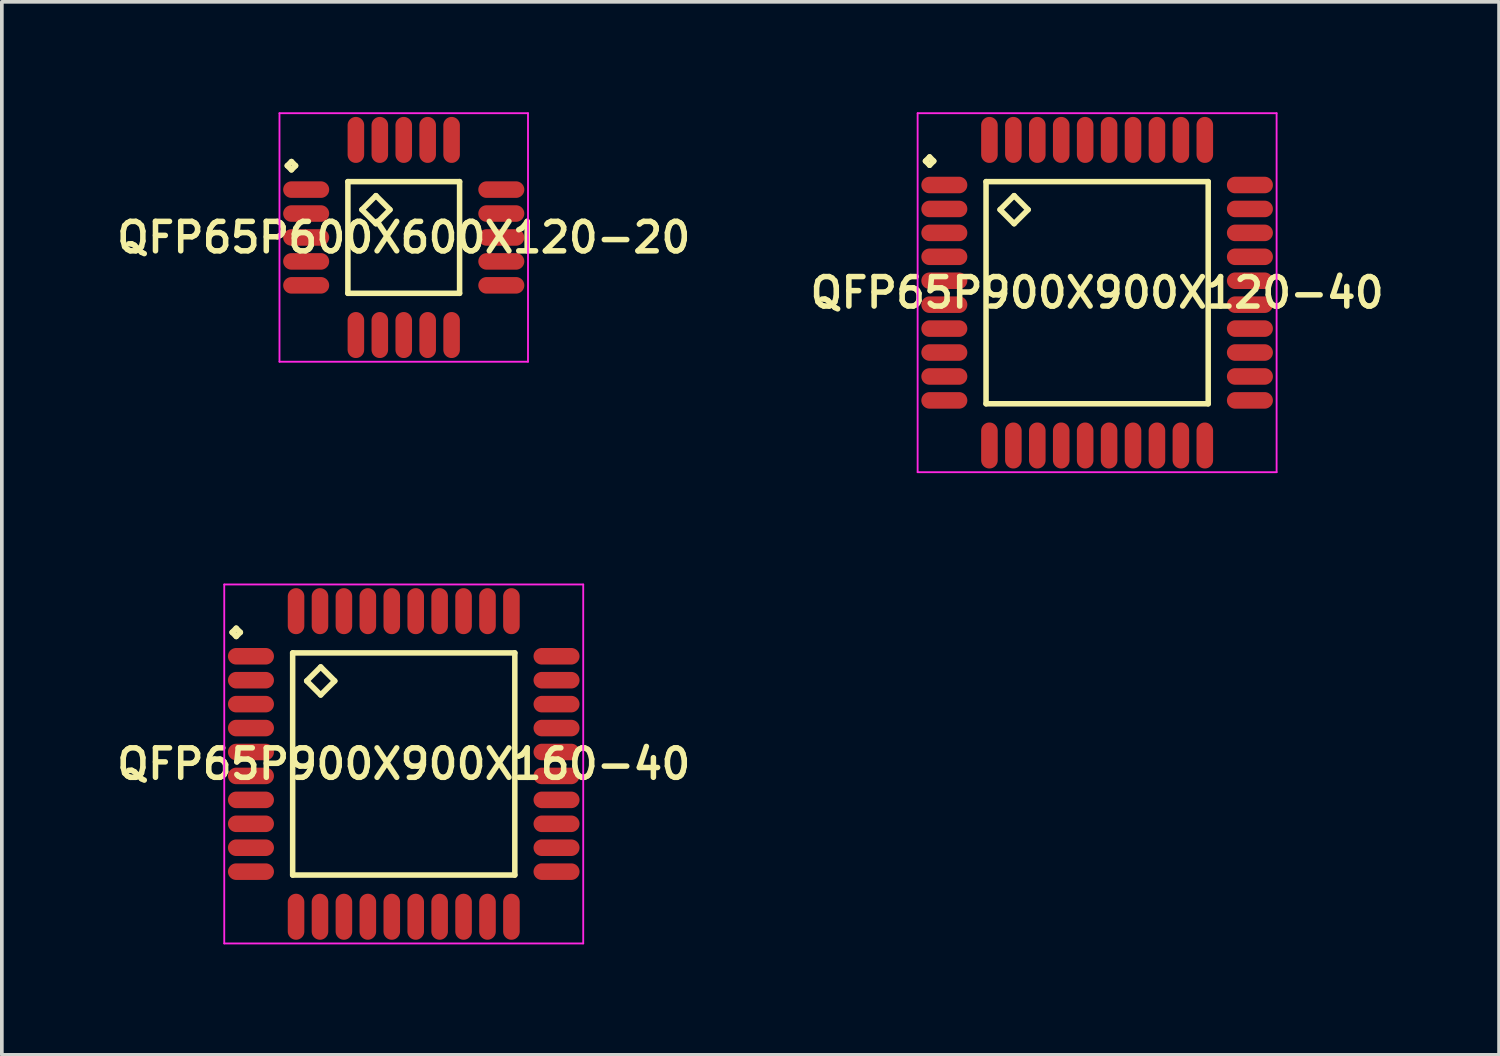
<source format=kicad_pcb>
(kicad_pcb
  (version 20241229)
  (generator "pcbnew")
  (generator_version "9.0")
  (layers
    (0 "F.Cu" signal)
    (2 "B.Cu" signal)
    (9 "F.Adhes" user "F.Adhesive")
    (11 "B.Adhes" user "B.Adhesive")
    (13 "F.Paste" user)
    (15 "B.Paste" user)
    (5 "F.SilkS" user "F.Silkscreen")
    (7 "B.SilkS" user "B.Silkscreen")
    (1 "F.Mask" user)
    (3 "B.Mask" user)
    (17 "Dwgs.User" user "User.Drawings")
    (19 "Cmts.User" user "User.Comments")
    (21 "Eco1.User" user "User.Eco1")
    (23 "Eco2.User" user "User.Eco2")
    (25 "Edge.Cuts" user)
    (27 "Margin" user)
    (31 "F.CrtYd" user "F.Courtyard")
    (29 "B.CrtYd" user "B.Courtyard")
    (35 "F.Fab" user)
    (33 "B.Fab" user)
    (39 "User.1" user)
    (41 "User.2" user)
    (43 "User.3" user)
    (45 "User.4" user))
  (footprint "QFP65P900X900X120-40"
    (layer "F.Cu")
    (at 26.749 4.9)
    (property "Reference" "QFP65P900X900X120-40" (at 0 0 0) (layer "F.SilkS") (effects (font (size 0.8 0.8) (thickness 0.15))))
    (attr smd)
    (fp_line (start -4.662 -3.575) (end -4.55 -3.688) (stroke (width 0.15) (type solid)) (layer "F.SilkS"))
    (fp_line (start -4.55 -3.688) (end -4.438 -3.575) (stroke (width 0.15) (type solid)) (layer "F.SilkS"))
    (fp_line (start -4.55 -3.462) (end -4.662 -3.575) (stroke (width 0.15) (type solid)) (layer "F.SilkS"))
    (fp_line (start -4.438 -3.575) (end -4.55 -3.462) (stroke (width 0.15) (type solid)) (layer "F.SilkS"))
    (fp_line (start -3.017 -3.017) (end -3.017 3.017) (stroke (width 0.15) (type solid)) (layer "F.SilkS"))
    (fp_line (start -3.017 3.017) (end 3.017 3.017) (stroke (width 0.15) (type solid)) (layer "F.SilkS"))
    (fp_line (start -2.636 -2.255) (end -2.255 -2.636) (stroke (width 0.15) (type solid)) (layer "F.SilkS"))
    (fp_line (start -2.255 -2.636) (end -1.874 -2.255) (stroke (width 0.15) (type solid)) (layer "F.SilkS"))
    (fp_line (start -2.255 -1.874) (end -2.636 -2.255) (stroke (width 0.15) (type solid)) (layer "F.SilkS"))
    (fp_line (start -1.874 -2.255) (end -2.255 -1.874) (stroke (width 0.15) (type solid)) (layer "F.SilkS"))
    (fp_line (start 3.017 -3.017) (end -3.017 -3.017) (stroke (width 0.15) (type solid)) (layer "F.SilkS"))
    (fp_line (start 3.017 3.017) (end 3.017 -3.017) (stroke (width 0.15) (type solid)) (layer "F.SilkS"))
    (fp_line (start -4.875 -4.875) (end 4.875 -4.875) (stroke (width 0.05) (type solid)) (layer "F.CrtYd"))
    (fp_line (start -4.875 4.875) (end -4.875 -4.875) (stroke (width 0.05) (type solid)) (layer "F.CrtYd"))
    (fp_line (start 4.875 -4.875) (end 4.875 4.875) (stroke (width 0.05) (type solid)) (layer "F.CrtYd"))
    (fp_line (start 4.875 4.875) (end -4.875 4.875) (stroke (width 0.05) (type solid)) (layer "F.CrtYd"))
    (pad "1" smd oval (at -4.15 -2.925) (size 1.25 0.45) (layers "F.Cu" "F.Mask" "F.Paste"))
    (pad "2" smd oval (at -4.15 -2.275) (size 1.25 0.45) (layers "F.Cu" "F.Mask" "F.Paste"))
    (pad "3" smd oval (at -4.15 -1.625) (size 1.25 0.45) (layers "F.Cu" "F.Mask" "F.Paste"))
    (pad "4" smd oval (at -4.15 -0.975) (size 1.25 0.45) (layers "F.Cu" "F.Mask" "F.Paste"))
    (pad "5" smd oval (at -4.15 -0.325) (size 1.25 0.45) (layers "F.Cu" "F.Mask" "F.Paste"))
    (pad "6" smd oval (at -4.15 0.325) (size 1.25 0.45) (layers "F.Cu" "F.Mask" "F.Paste"))
    (pad "7" smd oval (at -4.15 0.975) (size 1.25 0.45) (layers "F.Cu" "F.Mask" "F.Paste"))
    (pad "8" smd oval (at -4.15 1.625) (size 1.25 0.45) (layers "F.Cu" "F.Mask" "F.Paste"))
    (pad "9" smd oval (at -4.15 2.275) (size 1.25 0.45) (layers "F.Cu" "F.Mask" "F.Paste"))
    (pad "10" smd oval (at -4.15 2.925) (size 1.25 0.45) (layers "F.Cu" "F.Mask" "F.Paste"))
    (pad "11" smd oval (at -2.925 4.15) (size 0.45 1.25) (layers "F.Cu" "F.Mask" "F.Paste"))
    (pad "12" smd oval (at -2.275 4.15) (size 0.45 1.25) (layers "F.Cu" "F.Mask" "F.Paste"))
    (pad "13" smd oval (at -1.625 4.15) (size 0.45 1.25) (layers "F.Cu" "F.Mask" "F.Paste"))
    (pad "14" smd oval (at -0.975 4.15) (size 0.45 1.25) (layers "F.Cu" "F.Mask" "F.Paste"))
    (pad "15" smd oval (at -0.325 4.15) (size 0.45 1.25) (layers "F.Cu" "F.Mask" "F.Paste"))
    (pad "16" smd oval (at 0.325 4.15) (size 0.45 1.25) (layers "F.Cu" "F.Mask" "F.Paste"))
    (pad "17" smd oval (at 0.975 4.15) (size 0.45 1.25) (layers "F.Cu" "F.Mask" "F.Paste"))
    (pad "18" smd oval (at 1.625 4.15) (size 0.45 1.25) (layers "F.Cu" "F.Mask" "F.Paste"))
    (pad "19" smd oval (at 2.275 4.15) (size 0.45 1.25) (layers "F.Cu" "F.Mask" "F.Paste"))
    (pad "20" smd oval (at 2.925 4.15) (size 0.45 1.25) (layers "F.Cu" "F.Mask" "F.Paste"))
    (pad "21" smd oval (at 4.15 2.925) (size 1.25 0.45) (layers "F.Cu" "F.Mask" "F.Paste"))
    (pad "22" smd oval (at 4.15 2.275) (size 1.25 0.45) (layers "F.Cu" "F.Mask" "F.Paste"))
    (pad "23" smd oval (at 4.15 1.625) (size 1.25 0.45) (layers "F.Cu" "F.Mask" "F.Paste"))
    (pad "24" smd oval (at 4.15 0.975) (size 1.25 0.45) (layers "F.Cu" "F.Mask" "F.Paste"))
    (pad "25" smd oval (at 4.15 0.325) (size 1.25 0.45) (layers "F.Cu" "F.Mask" "F.Paste"))
    (pad "26" smd oval (at 4.15 -0.325) (size 1.25 0.45) (layers "F.Cu" "F.Mask" "F.Paste"))
    (pad "27" smd oval (at 4.15 -0.975) (size 1.25 0.45) (layers "F.Cu" "F.Mask" "F.Paste"))
    (pad "28" smd oval (at 4.15 -1.625) (size 1.25 0.45) (layers "F.Cu" "F.Mask" "F.Paste"))
    (pad "29" smd oval (at 4.15 -2.275) (size 1.25 0.45) (layers "F.Cu" "F.Mask" "F.Paste"))
    (pad "30" smd oval (at 4.15 -2.925) (size 1.25 0.45) (layers "F.Cu" "F.Mask" "F.Paste"))
    (pad "31" smd oval (at 2.925 -4.15) (size 0.45 1.25) (layers "F.Cu" "F.Mask" "F.Paste"))
    (pad "32" smd oval (at 2.275 -4.15) (size 0.45 1.25) (layers "F.Cu" "F.Mask" "F.Paste"))
    (pad "33" smd oval (at 1.625 -4.15) (size 0.45 1.25) (layers "F.Cu" "F.Mask" "F.Paste"))
    (pad "34" smd oval (at 0.975 -4.15) (size 0.45 1.25) (layers "F.Cu" "F.Mask" "F.Paste"))
    (pad "35" smd oval (at 0.325 -4.15) (size 0.45 1.25) (layers "F.Cu" "F.Mask" "F.Paste"))
    (pad "36" smd oval (at -0.325 -4.15) (size 0.45 1.25) (layers "F.Cu" "F.Mask" "F.Paste"))
    (pad "37" smd oval (at -0.975 -4.15) (size 0.45 1.25) (layers "F.Cu" "F.Mask" "F.Paste"))
    (pad "38" smd oval (at -1.625 -4.15) (size 0.45 1.25) (layers "F.Cu" "F.Mask" "F.Paste"))
    (pad "39" smd oval (at -2.275 -4.15) (size 0.45 1.25) (layers "F.Cu" "F.Mask" "F.Paste"))
    (pad "40" smd oval (at -2.925 -4.15) (size 0.45 1.25) (layers "F.Cu" "F.Mask" "F.Paste")))
  (footprint "QFP65P600X600X120-20"
    (layer "F.Cu")
    (at 7.916 3.4)
    (property "Reference" "QFP65P600X600X120-20" (at 0 0 0) (layer "F.SilkS") (effects (font (size 0.8 0.8) (thickness 0.15))))
    (attr smd)
    (fp_line (start -3.163 -1.95) (end -3.05 -2.062) (stroke (width 0.15) (type solid)) (layer "F.SilkS"))
    (fp_line (start -3.05 -2.062) (end -2.938 -1.95) (stroke (width 0.15) (type solid)) (layer "F.SilkS"))
    (fp_line (start -3.05 -1.837) (end -3.163 -1.95) (stroke (width 0.15) (type solid)) (layer "F.SilkS"))
    (fp_line (start -2.938 -1.95) (end -3.05 -1.837) (stroke (width 0.15) (type solid)) (layer "F.SilkS"))
    (fp_line (start -1.517 -1.517) (end -1.517 1.517) (stroke (width 0.15) (type solid)) (layer "F.SilkS"))
    (fp_line (start -1.517 1.517) (end 1.517 1.517) (stroke (width 0.15) (type solid)) (layer "F.SilkS"))
    (fp_line (start -1.136 -0.755) (end -0.755 -1.136) (stroke (width 0.15) (type solid)) (layer "F.SilkS"))
    (fp_line (start -0.755 -1.136) (end -0.374 -0.755) (stroke (width 0.15) (type solid)) (layer "F.SilkS"))
    (fp_line (start -0.755 -0.374) (end -1.136 -0.755) (stroke (width 0.15) (type solid)) (layer "F.SilkS"))
    (fp_line (start -0.374 -0.755) (end -0.755 -0.374) (stroke (width 0.15) (type solid)) (layer "F.SilkS"))
    (fp_line (start 1.517 -1.517) (end -1.517 -1.517) (stroke (width 0.15) (type solid)) (layer "F.SilkS"))
    (fp_line (start 1.517 1.517) (end 1.517 -1.517) (stroke (width 0.15) (type solid)) (layer "F.SilkS"))
    (fp_line (start -3.375 -3.375) (end 3.375 -3.375) (stroke (width 0.05) (type solid)) (layer "F.CrtYd"))
    (fp_line (start -3.375 3.375) (end -3.375 -3.375) (stroke (width 0.05) (type solid)) (layer "F.CrtYd"))
    (fp_line (start 3.375 -3.375) (end 3.375 3.375) (stroke (width 0.05) (type solid)) (layer "F.CrtYd"))
    (fp_line (start 3.375 3.375) (end -3.375 3.375) (stroke (width 0.05) (type solid)) (layer "F.CrtYd"))
    (pad "1" smd oval (at -2.65 -1.3) (size 1.25 0.45) (layers "F.Cu" "F.Mask" "F.Paste"))
    (pad "2" smd oval (at -2.65 -0.65) (size 1.25 0.45) (layers "F.Cu" "F.Mask" "F.Paste"))
    (pad "3" smd oval (at -2.65 0) (size 1.25 0.45) (layers "F.Cu" "F.Mask" "F.Paste"))
    (pad "4" smd oval (at -2.65 0.65) (size 1.25 0.45) (layers "F.Cu" "F.Mask" "F.Paste"))
    (pad "5" smd oval (at -2.65 1.3) (size 1.25 0.45) (layers "F.Cu" "F.Mask" "F.Paste"))
    (pad "6" smd oval (at -1.3 2.65) (size 0.45 1.25) (layers "F.Cu" "F.Mask" "F.Paste"))
    (pad "7" smd oval (at -0.65 2.65) (size 0.45 1.25) (layers "F.Cu" "F.Mask" "F.Paste"))
    (pad "8" smd oval (at 0 2.65) (size 0.45 1.25) (layers "F.Cu" "F.Mask" "F.Paste"))
    (pad "9" smd oval (at 0.65 2.65) (size 0.45 1.25) (layers "F.Cu" "F.Mask" "F.Paste"))
    (pad "10" smd oval (at 1.3 2.65) (size 0.45 1.25) (layers "F.Cu" "F.Mask" "F.Paste"))
    (pad "11" smd oval (at 2.65 1.3) (size 1.25 0.45) (layers "F.Cu" "F.Mask" "F.Paste"))
    (pad "12" smd oval (at 2.65 0.65) (size 1.25 0.45) (layers "F.Cu" "F.Mask" "F.Paste"))
    (pad "13" smd oval (at 2.65 0) (size 1.25 0.45) (layers "F.Cu" "F.Mask" "F.Paste"))
    (pad "14" smd oval (at 2.65 -0.65) (size 1.25 0.45) (layers "F.Cu" "F.Mask" "F.Paste"))
    (pad "15" smd oval (at 2.65 -1.3) (size 1.25 0.45) (layers "F.Cu" "F.Mask" "F.Paste"))
    (pad "16" smd oval (at 1.3 -2.65) (size 0.45 1.25) (layers "F.Cu" "F.Mask" "F.Paste"))
    (pad "17" smd oval (at 0.65 -2.65) (size 0.45 1.25) (layers "F.Cu" "F.Mask" "F.Paste"))
    (pad "18" smd oval (at 0 -2.65) (size 0.45 1.25) (layers "F.Cu" "F.Mask" "F.Paste"))
    (pad "19" smd oval (at -0.65 -2.65) (size 0.45 1.25) (layers "F.Cu" "F.Mask" "F.Paste"))
    (pad "20" smd oval (at -1.3 -2.65) (size 0.45 1.25) (layers "F.Cu" "F.Mask" "F.Paste")))
  (footprint "QFP65P900X900X160-40"
    (layer "F.Cu")
    (at 7.916 17.7)
    (property "Reference" "QFP65P900X900X160-40" (at 0 0 0) (layer "F.SilkS") (effects (font (size 0.8 0.8) (thickness 0.15))))
    (attr smd)
    (fp_line (start -4.662 -3.575) (end -4.55 -3.688) (stroke (width 0.15) (type solid)) (layer "F.SilkS"))
    (fp_line (start -4.55 -3.688) (end -4.438 -3.575) (stroke (width 0.15) (type solid)) (layer "F.SilkS"))
    (fp_line (start -4.55 -3.462) (end -4.662 -3.575) (stroke (width 0.15) (type solid)) (layer "F.SilkS"))
    (fp_line (start -4.438 -3.575) (end -4.55 -3.462) (stroke (width 0.15) (type solid)) (layer "F.SilkS"))
    (fp_line (start -3.017 -3.017) (end -3.017 3.017) (stroke (width 0.15) (type solid)) (layer "F.SilkS"))
    (fp_line (start -3.017 3.017) (end 3.017 3.017) (stroke (width 0.15) (type solid)) (layer "F.SilkS"))
    (fp_line (start -2.636 -2.255) (end -2.255 -2.636) (stroke (width 0.15) (type solid)) (layer "F.SilkS"))
    (fp_line (start -2.255 -2.636) (end -1.874 -2.255) (stroke (width 0.15) (type solid)) (layer "F.SilkS"))
    (fp_line (start -2.255 -1.874) (end -2.636 -2.255) (stroke (width 0.15) (type solid)) (layer "F.SilkS"))
    (fp_line (start -1.874 -2.255) (end -2.255 -1.874) (stroke (width 0.15) (type solid)) (layer "F.SilkS"))
    (fp_line (start 3.017 -3.017) (end -3.017 -3.017) (stroke (width 0.15) (type solid)) (layer "F.SilkS"))
    (fp_line (start 3.017 3.017) (end 3.017 -3.017) (stroke (width 0.15) (type solid)) (layer "F.SilkS"))
    (fp_line (start -4.875 -4.875) (end 4.875 -4.875) (stroke (width 0.05) (type solid)) (layer "F.CrtYd"))
    (fp_line (start -4.875 4.875) (end -4.875 -4.875) (stroke (width 0.05) (type solid)) (layer "F.CrtYd"))
    (fp_line (start 4.875 -4.875) (end 4.875 4.875) (stroke (width 0.05) (type solid)) (layer "F.CrtYd"))
    (fp_line (start 4.875 4.875) (end -4.875 4.875) (stroke (width 0.05) (type solid)) (layer "F.CrtYd"))
    (pad "1" smd oval (at -4.15 -2.925) (size 1.25 0.45) (layers "F.Cu" "F.Mask" "F.Paste"))
    (pad "2" smd oval (at -4.15 -2.275) (size 1.25 0.45) (layers "F.Cu" "F.Mask" "F.Paste"))
    (pad "3" smd oval (at -4.15 -1.625) (size 1.25 0.45) (layers "F.Cu" "F.Mask" "F.Paste"))
    (pad "4" smd oval (at -4.15 -0.975) (size 1.25 0.45) (layers "F.Cu" "F.Mask" "F.Paste"))
    (pad "5" smd oval (at -4.15 -0.325) (size 1.25 0.45) (layers "F.Cu" "F.Mask" "F.Paste"))
    (pad "6" smd oval (at -4.15 0.325) (size 1.25 0.45) (layers "F.Cu" "F.Mask" "F.Paste"))
    (pad "7" smd oval (at -4.15 0.975) (size 1.25 0.45) (layers "F.Cu" "F.Mask" "F.Paste"))
    (pad "8" smd oval (at -4.15 1.625) (size 1.25 0.45) (layers "F.Cu" "F.Mask" "F.Paste"))
    (pad "9" smd oval (at -4.15 2.275) (size 1.25 0.45) (layers "F.Cu" "F.Mask" "F.Paste"))
    (pad "10" smd oval (at -4.15 2.925) (size 1.25 0.45) (layers "F.Cu" "F.Mask" "F.Paste"))
    (pad "11" smd oval (at -2.925 4.15) (size 0.45 1.25) (layers "F.Cu" "F.Mask" "F.Paste"))
    (pad "12" smd oval (at -2.275 4.15) (size 0.45 1.25) (layers "F.Cu" "F.Mask" "F.Paste"))
    (pad "13" smd oval (at -1.625 4.15) (size 0.45 1.25) (layers "F.Cu" "F.Mask" "F.Paste"))
    (pad "14" smd oval (at -0.975 4.15) (size 0.45 1.25) (layers "F.Cu" "F.Mask" "F.Paste"))
    (pad "15" smd oval (at -0.325 4.15) (size 0.45 1.25) (layers "F.Cu" "F.Mask" "F.Paste"))
    (pad "16" smd oval (at 0.325 4.15) (size 0.45 1.25) (layers "F.Cu" "F.Mask" "F.Paste"))
    (pad "17" smd oval (at 0.975 4.15) (size 0.45 1.25) (layers "F.Cu" "F.Mask" "F.Paste"))
    (pad "18" smd oval (at 1.625 4.15) (size 0.45 1.25) (layers "F.Cu" "F.Mask" "F.Paste"))
    (pad "19" smd oval (at 2.275 4.15) (size 0.45 1.25) (layers "F.Cu" "F.Mask" "F.Paste"))
    (pad "20" smd oval (at 2.925 4.15) (size 0.45 1.25) (layers "F.Cu" "F.Mask" "F.Paste"))
    (pad "21" smd oval (at 4.15 2.925) (size 1.25 0.45) (layers "F.Cu" "F.Mask" "F.Paste"))
    (pad "22" smd oval (at 4.15 2.275) (size 1.25 0.45) (layers "F.Cu" "F.Mask" "F.Paste"))
    (pad "23" smd oval (at 4.15 1.625) (size 1.25 0.45) (layers "F.Cu" "F.Mask" "F.Paste"))
    (pad "24" smd oval (at 4.15 0.975) (size 1.25 0.45) (layers "F.Cu" "F.Mask" "F.Paste"))
    (pad "25" smd oval (at 4.15 0.325) (size 1.25 0.45) (layers "F.Cu" "F.Mask" "F.Paste"))
    (pad "26" smd oval (at 4.15 -0.325) (size 1.25 0.45) (layers "F.Cu" "F.Mask" "F.Paste"))
    (pad "27" smd oval (at 4.15 -0.975) (size 1.25 0.45) (layers "F.Cu" "F.Mask" "F.Paste"))
    (pad "28" smd oval (at 4.15 -1.625) (size 1.25 0.45) (layers "F.Cu" "F.Mask" "F.Paste"))
    (pad "29" smd oval (at 4.15 -2.275) (size 1.25 0.45) (layers "F.Cu" "F.Mask" "F.Paste"))
    (pad "30" smd oval (at 4.15 -2.925) (size 1.25 0.45) (layers "F.Cu" "F.Mask" "F.Paste"))
    (pad "31" smd oval (at 2.925 -4.15) (size 0.45 1.25) (layers "F.Cu" "F.Mask" "F.Paste"))
    (pad "32" smd oval (at 2.275 -4.15) (size 0.45 1.25) (layers "F.Cu" "F.Mask" "F.Paste"))
    (pad "33" smd oval (at 1.625 -4.15) (size 0.45 1.25) (layers "F.Cu" "F.Mask" "F.Paste"))
    (pad "34" smd oval (at 0.975 -4.15) (size 0.45 1.25) (layers "F.Cu" "F.Mask" "F.Paste"))
    (pad "35" smd oval (at 0.325 -4.15) (size 0.45 1.25) (layers "F.Cu" "F.Mask" "F.Paste"))
    (pad "36" smd oval (at -0.325 -4.15) (size 0.45 1.25) (layers "F.Cu" "F.Mask" "F.Paste"))
    (pad "37" smd oval (at -0.975 -4.15) (size 0.45 1.25) (layers "F.Cu" "F.Mask" "F.Paste"))
    (pad "38" smd oval (at -1.625 -4.15) (size 0.45 1.25) (layers "F.Cu" "F.Mask" "F.Paste"))
    (pad "39" smd oval (at -2.275 -4.15) (size 0.45 1.25) (layers "F.Cu" "F.Mask" "F.Paste"))
    (pad "40" smd oval (at -2.925 -4.15) (size 0.45 1.25) (layers "F.Cu" "F.Mask" "F.Paste")))
  (gr_rect
    (start -3 -3)
    (end 37.666 25.6)
    (stroke (width 0.1) (type default))
    (fill no)
    (layer "Edge.Cuts")))
</source>
